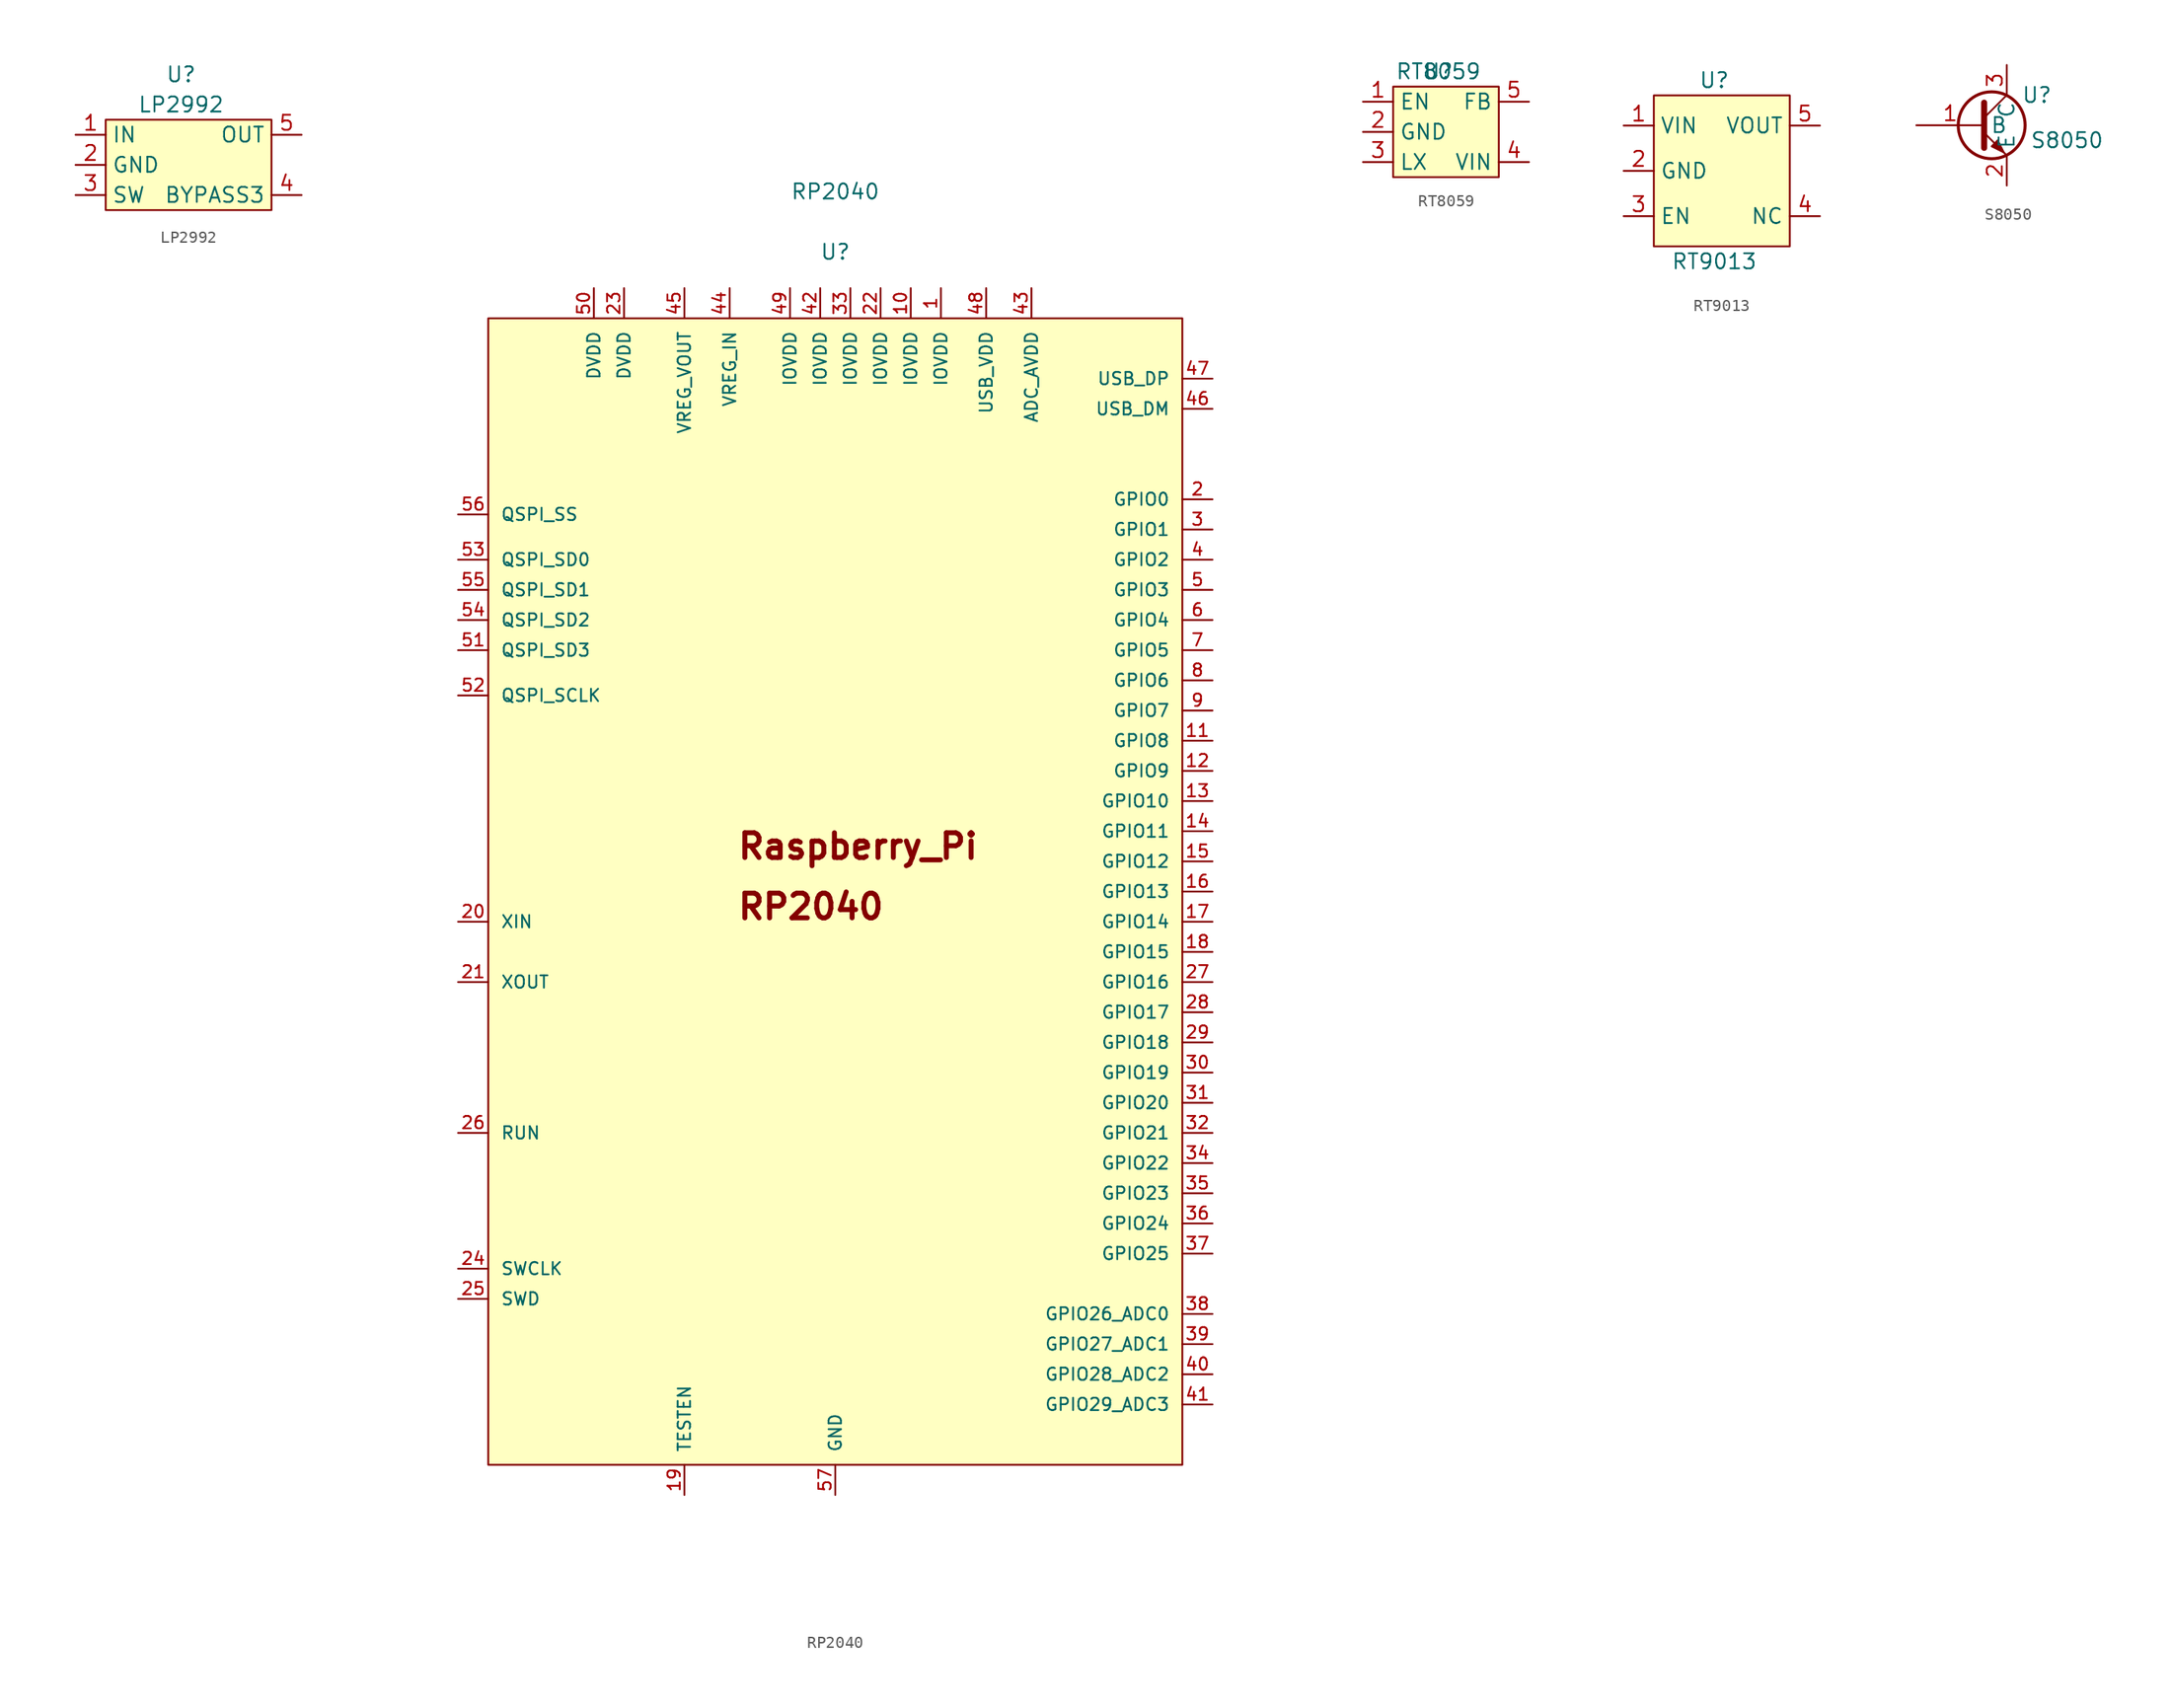
<source format=kicad_sym>
(kicad_symbol_lib
  (version 20211014)
  (generator kicad_symbol_editor)
  (symbol "LP2992"
    (property "Reference" "U"
      (at 0 3.81 0)
      (effects (font (size 1.27 1.27))))
    (property "Value" "LP2992"
      (at 0 1.27 0)
      (effects (font (size 1.27 1.27))))
    (symbol "LP2992_0_1"
      (rectangle (start -6.35 0) (end 7.62 -7.62) (stroke (width 0.152) (type default) (color 0 0 0 0)) (fill (type background))))
    (symbol "LP2992_1_1"
      (pin input line (at -8.89 -1.27 0) (length 2.54) (name "IN" (effects (font (size 1.27 1.27)))) (number "1" (effects (font (size 1.27 1.27)))))
      (pin input line (at -8.89 -3.81 0) (length 2.54) (name "GND" (effects (font (size 1.27 1.27)))) (number "2" (effects (font (size 1.27 1.27)))))
      (pin input line (at -8.89 -6.35 0) (length 2.54) (name "SW" (effects (font (size 1.27 1.27)))) (number "3" (effects (font (size 1.27 1.27)))))
      (pin input line (at 10.16 -6.35 180) (length 2.54) (name "BYPASS3" (effects (font (size 1.27 1.27)))) (number "4" (effects (font (size 1.27 1.27)))))
      (pin input line (at 10.16 -1.27 180) (length 2.54) (name "OUT" (effects (font (size 1.27 1.27)))) (number "5" (effects (font (size 1.27 1.27)))))))
  (symbol "RP2040"
    (pin_names
      (offset 1.016))
    (property "Reference" "U"
      (at 0 56.388 0)
      (effects (font (size 1.27 1.27))))
    (property "Value" "RP2040"
      (at 0 61.468 0)
      (effects (font (size 1.27 1.27))))
    (symbol "RP2040_1_1"
      (rectangle (start -29.21 50.8) (end 29.21 -45.72) (stroke (width 0.152) (type default) (color 0 0 0 0)) (fill (type background)))
      (text "Raspberry_Pi" (at -8.382 6.35 0) (effects (font (size 2.083 2.083) bold) (justify left)))
      (text "RP2040" (at -8.382 1.27 0) (effects (font (size 2.083 2.083) bold) (justify left)))
      (pin bidirectional line (at 8.89 53.34 270) (length 2.54) (name "IOVDD" (effects (font (size 1.041 1.041)))) (number "1" (effects (font (size 1.041 1.041)))))
      (pin bidirectional line (at 6.35 53.34 270) (length 2.54) (name "IOVDD" (effects (font (size 1.041 1.041)))) (number "10" (effects (font (size 1.041 1.041)))))
      (pin bidirectional line (at 31.75 15.24 180) (length 2.54) (name "GPIO8" (effects (font (size 1.041 1.041)))) (number "11" (effects (font (size 1.041 1.041)))))
      (pin bidirectional line (at 31.75 12.7 180) (length 2.54) (name "GPIO9" (effects (font (size 1.041 1.041)))) (number "12" (effects (font (size 1.041 1.041)))))
      (pin bidirectional line (at 31.75 10.16 180) (length 2.54) (name "GPIO10" (effects (font (size 1.041 1.041)))) (number "13" (effects (font (size 1.041 1.041)))))
      (pin bidirectional line (at 31.75 7.62 180) (length 2.54) (name "GPIO11" (effects (font (size 1.041 1.041)))) (number "14" (effects (font (size 1.041 1.041)))))
      (pin bidirectional line (at 31.75 5.08 180) (length 2.54) (name "GPIO12" (effects (font (size 1.041 1.041)))) (number "15" (effects (font (size 1.041 1.041)))))
      (pin bidirectional line (at 31.75 2.54 180) (length 2.54) (name "GPIO13" (effects (font (size 1.041 1.041)))) (number "16" (effects (font (size 1.041 1.041)))))
      (pin bidirectional line (at 31.75 0 180) (length 2.54) (name "GPIO14" (effects (font (size 1.041 1.041)))) (number "17" (effects (font (size 1.041 1.041)))))
      (pin bidirectional line (at 31.75 -2.54 180) (length 2.54) (name "GPIO15" (effects (font (size 1.041 1.041)))) (number "18" (effects (font (size 1.041 1.041)))))
      (pin input line (at -12.7 -48.26 90) (length 2.54) (name "TESTEN" (effects (font (size 1.041 1.041)))) (number "19" (effects (font (size 1.041 1.041)))))
      (pin bidirectional line (at 31.75 35.56 180) (length 2.54) (name "GPIO0" (effects (font (size 1.041 1.041)))) (number "2" (effects (font (size 1.041 1.041)))))
      (pin input line (at -31.75 0 0) (length 2.54) (name "XIN" (effects (font (size 1.041 1.041)))) (number "20" (effects (font (size 1.041 1.041)))))
      (pin input line (at -31.75 -5.08 0) (length 2.54) (name "XOUT" (effects (font (size 1.041 1.041)))) (number "21" (effects (font (size 1.041 1.041)))))
      (pin bidirectional line (at 3.81 53.34 270) (length 2.54) (name "IOVDD" (effects (font (size 1.041 1.041)))) (number "22" (effects (font (size 1.041 1.041)))))
      (pin bidirectional line (at -17.78 53.34 270) (length 2.54) (name "DVDD" (effects (font (size 1.041 1.041)))) (number "23" (effects (font (size 1.041 1.041)))))
      (pin output line (at -31.75 -29.21 0) (length 2.54) (name "SWCLK" (effects (font (size 1.041 1.041)))) (number "24" (effects (font (size 1.041 1.041)))))
      (pin bidirectional line (at -31.75 -31.75 0) (length 2.54) (name "SWD" (effects (font (size 1.041 1.041)))) (number "25" (effects (font (size 1.041 1.041)))))
      (pin input line (at -31.75 -17.78 0) (length 2.54) (name "RUN" (effects (font (size 1.041 1.041)))) (number "26" (effects (font (size 1.041 1.041)))))
      (pin bidirectional line (at 31.75 -5.08 180) (length 2.54) (name "GPIO16" (effects (font (size 1.041 1.041)))) (number "27" (effects (font (size 1.041 1.041)))))
      (pin bidirectional line (at 31.75 -7.62 180) (length 2.54) (name "GPIO17" (effects (font (size 1.041 1.041)))) (number "28" (effects (font (size 1.041 1.041)))))
      (pin bidirectional line (at 31.75 -10.16 180) (length 2.54) (name "GPIO18" (effects (font (size 1.041 1.041)))) (number "29" (effects (font (size 1.041 1.041)))))
      (pin bidirectional line (at 31.75 33.02 180) (length 2.54) (name "GPIO1" (effects (font (size 1.041 1.041)))) (number "3" (effects (font (size 1.041 1.041)))))
      (pin bidirectional line (at 31.75 -12.7 180) (length 2.54) (name "GPIO19" (effects (font (size 1.041 1.041)))) (number "30" (effects (font (size 1.041 1.041)))))
      (pin bidirectional line (at 31.75 -15.24 180) (length 2.54) (name "GPIO20" (effects (font (size 1.041 1.041)))) (number "31" (effects (font (size 1.041 1.041)))))
      (pin bidirectional line (at 31.75 -17.78 180) (length 2.54) (name "GPIO21" (effects (font (size 1.041 1.041)))) (number "32" (effects (font (size 1.041 1.041)))))
      (pin bidirectional line (at 1.27 53.34 270) (length 2.54) (name "IOVDD" (effects (font (size 1.041 1.041)))) (number "33" (effects (font (size 1.041 1.041)))))
      (pin bidirectional line (at 31.75 -20.32 180) (length 2.54) (name "GPIO22" (effects (font (size 1.041 1.041)))) (number "34" (effects (font (size 1.041 1.041)))))
      (pin bidirectional line (at 31.75 -22.86 180) (length 2.54) (name "GPIO23" (effects (font (size 1.041 1.041)))) (number "35" (effects (font (size 1.041 1.041)))))
      (pin bidirectional line (at 31.75 -25.4 180) (length 2.54) (name "GPIO24" (effects (font (size 1.041 1.041)))) (number "36" (effects (font (size 1.041 1.041)))))
      (pin bidirectional line (at 31.75 -27.94 180) (length 2.54) (name "GPIO25" (effects (font (size 1.041 1.041)))) (number "37" (effects (font (size 1.041 1.041)))))
      (pin bidirectional line (at 31.75 -33.02 180) (length 2.54) (name "GPIO26_ADC0" (effects (font (size 1.041 1.041)))) (number "38" (effects (font (size 1.041 1.041)))))
      (pin bidirectional line (at 31.75 -35.56 180) (length 2.54) (name "GPIO27_ADC1" (effects (font (size 1.041 1.041)))) (number "39" (effects (font (size 1.041 1.041)))))
      (pin bidirectional line (at 31.75 30.48 180) (length 2.54) (name "GPIO2" (effects (font (size 1.041 1.041)))) (number "4" (effects (font (size 1.041 1.041)))))
      (pin bidirectional line (at 31.75 -38.1 180) (length 2.54) (name "GPIO28_ADC2" (effects (font (size 1.041 1.041)))) (number "40" (effects (font (size 1.041 1.041)))))
      (pin bidirectional line (at 31.75 -40.64 180) (length 2.54) (name "GPIO29_ADC3" (effects (font (size 1.041 1.041)))) (number "41" (effects (font (size 1.041 1.041)))))
      (pin bidirectional line (at -1.27 53.34 270) (length 2.54) (name "IOVDD" (effects (font (size 1.041 1.041)))) (number "42" (effects (font (size 1.041 1.041)))))
      (pin bidirectional line (at 16.51 53.34 270) (length 2.54) (name "ADC_AVDD" (effects (font (size 1.041 1.041)))) (number "43" (effects (font (size 1.041 1.041)))))
      (pin bidirectional line (at -8.89 53.34 270) (length 2.54) (name "VREG_IN" (effects (font (size 1.041 1.041)))) (number "44" (effects (font (size 1.041 1.041)))))
      (pin bidirectional line (at -12.7 53.34 270) (length 2.54) (name "VREG_VOUT" (effects (font (size 1.041 1.041)))) (number "45" (effects (font (size 1.041 1.041)))))
      (pin bidirectional line (at 31.75 43.18 180) (length 2.54) (name "USB_DM" (effects (font (size 1.041 1.041)))) (number "46" (effects (font (size 1.041 1.041)))))
      (pin bidirectional line (at 31.75 45.72 180) (length 2.54) (name "USB_DP" (effects (font (size 1.041 1.041)))) (number "47" (effects (font (size 1.041 1.041)))))
      (pin bidirectional line (at 12.7 53.34 270) (length 2.54) (name "USB_VDD" (effects (font (size 1.041 1.041)))) (number "48" (effects (font (size 1.041 1.041)))))
      (pin bidirectional line (at -3.81 53.34 270) (length 2.54) (name "IOVDD" (effects (font (size 1.041 1.041)))) (number "49" (effects (font (size 1.041 1.041)))))
      (pin bidirectional line (at 31.75 27.94 180) (length 2.54) (name "GPIO3" (effects (font (size 1.041 1.041)))) (number "5" (effects (font (size 1.041 1.041)))))
      (pin bidirectional line (at -20.32 53.34 270) (length 2.54) (name "DVDD" (effects (font (size 1.041 1.041)))) (number "50" (effects (font (size 1.041 1.041)))))
      (pin bidirectional line (at -31.75 22.86 0) (length 2.54) (name "QSPI_SD3" (effects (font (size 1.041 1.041)))) (number "51" (effects (font (size 1.041 1.041)))))
      (pin output line (at -31.75 19.05 0) (length 2.54) (name "QSPI_SCLK" (effects (font (size 1.041 1.041)))) (number "52" (effects (font (size 1.041 1.041)))))
      (pin bidirectional line (at -31.75 30.48 0) (length 2.54) (name "QSPI_SD0" (effects (font (size 1.041 1.041)))) (number "53" (effects (font (size 1.041 1.041)))))
      (pin bidirectional line (at -31.75 25.4 0) (length 2.54) (name "QSPI_SD2" (effects (font (size 1.041 1.041)))) (number "54" (effects (font (size 1.041 1.041)))))
      (pin bidirectional line (at -31.75 27.94 0) (length 2.54) (name "QSPI_SD1" (effects (font (size 1.041 1.041)))) (number "55" (effects (font (size 1.041 1.041)))))
      (pin bidirectional line (at -31.75 34.29 0) (length 2.54) (name "QSPI_SS" (effects (font (size 1.041 1.041)))) (number "56" (effects (font (size 1.041 1.041)))))
      (pin bidirectional line (at 0 -48.26 90) (length 2.54) (name "GND" (effects (font (size 1.041 1.041)))) (number "57" (effects (font (size 1.041 1.041)))))
      (pin bidirectional line (at 31.75 25.4 180) (length 2.54) (name "GPIO4" (effects (font (size 1.041 1.041)))) (number "6" (effects (font (size 1.041 1.041)))))
      (pin bidirectional line (at 31.75 22.86 180) (length 2.54) (name "GPIO5" (effects (font (size 1.041 1.041)))) (number "7" (effects (font (size 1.041 1.041)))))
      (pin bidirectional line (at 31.75 20.32 180) (length 2.54) (name "GPIO6" (effects (font (size 1.041 1.041)))) (number "8" (effects (font (size 1.041 1.041)))))
      (pin bidirectional line (at 31.75 17.78 180) (length 2.54) (name "GPIO7" (effects (font (size 1.041 1.041)))) (number "9" (effects (font (size 1.041 1.041)))))))
  (symbol "RT8059"
    (property "Reference" "U"
      (at 0 0 0)
      (effects (font (size 1.27 1.27))))
    (property "Value" "RT8059"
      (at 0 0 0)
      (effects (font (size 1.27 1.27))))
    (symbol "RT8059_0_1"
      (rectangle (start -3.81 -1.27) (end 5.08 -8.89) (stroke (width 0.152) (type default) (color 0 0 0 0)) (fill (type background))))
    (symbol "RT8059_1_1"
      (pin input line (at -6.35 -2.54 0) (length 2.54) (name "EN" (effects (font (size 1.27 1.27)))) (number "1" (effects (font (size 1.27 1.27)))))
      (pin input line (at -6.35 -5.08 0) (length 2.54) (name "GND" (effects (font (size 1.27 1.27)))) (number "2" (effects (font (size 1.27 1.27)))))
      (pin input line (at -6.35 -7.62 0) (length 2.54) (name "LX" (effects (font (size 1.27 1.27)))) (number "3" (effects (font (size 1.27 1.27)))))
      (pin input line (at 7.62 -7.62 180) (length 2.54) (name "VIN" (effects (font (size 1.27 1.27)))) (number "4" (effects (font (size 1.27 1.27)))))
      (pin input line (at 7.62 -2.54 180) (length 2.54) (name "FB" (effects (font (size 1.27 1.27)))) (number "5" (effects (font (size 1.27 1.27)))))))
  (symbol "RT9013"
    (property "Reference" "U"
      (at 5.08 1.27 0)
      (effects (font (size 1.27 1.27))))
    (property "Value" "RT9013"
      (at 5.08 -13.97 0)
      (effects (font (size 1.27 1.27))))
    (symbol "RT9013_0_1"
      (rectangle (start 0 0) (end 11.43 -12.7) (stroke (width 0.152) (type default) (color 0 0 0 0)) (fill (type background))))
    (symbol "RT9013_1_1"
      (pin input line (at -2.54 -2.54 0) (length 2.54) (name "VIN" (effects (font (size 1.27 1.27)))) (number "1" (effects (font (size 1.27 1.27)))))
      (pin input line (at -2.54 -6.35 0) (length 2.54) (name "GND" (effects (font (size 1.27 1.27)))) (number "2" (effects (font (size 1.27 1.27)))))
      (pin input line (at -2.54 -10.16 0) (length 2.54) (name "EN" (effects (font (size 1.27 1.27)))) (number "3" (effects (font (size 1.27 1.27)))))
      (pin input line (at 13.97 -10.16 180) (length 2.54) (name "NC" (effects (font (size 1.27 1.27)))) (number "4" (effects (font (size 1.27 1.27)))))
      (pin input line (at 13.97 -2.54 180) (length 2.54) (name "VOUT" (effects (font (size 1.27 1.27)))) (number "5" (effects (font (size 1.27 1.27)))))))
  (symbol "S8050"
    (property "Reference" "U"
      (at 3.81 2.54 0)
      (effects (font (size 1.27 1.27))))
    (property "Value" "S8050"
      (at 6.35 -1.27 0)
      (effects (font (size 1.27 1.27))))
    (symbol "S8050_0_1"
      (polyline (pts (xy -0.635 0.635) (xy 1.27 2.54)) (stroke (width 0) (type default) (color 0 0 0 0)) (fill (type none)))
      (polyline (pts (xy -0.635 -0.635) (xy 1.27 -2.54) (xy 1.27 -2.54)) (stroke (width 0) (type default) (color 0 0 0 0)) (fill (type none)))
      (polyline (pts (xy -0.635 1.905) (xy -0.635 -1.905) (xy -0.635 -1.905)) (stroke (width 0.508) (type default) (color 0 0 0 0)) (fill (type none)))
      (polyline (pts (xy 0 -1.778) (xy 0.508 -1.27) (xy 1.016 -2.286) (xy 0 -1.778) (xy 0 -1.778)) (stroke (width 0) (type default) (color 0 0 0 0)) (fill (type outline)))
      (circle (center 0 0) (radius 2.819) (stroke (width 0.254) (type default) (color 0 0 0 0)) (fill (type none))))
    (symbol "S8050_1_1"
      (pin input line (at -6.35 0 0) (length 5.715) (name "B" (effects (font (size 1.27 1.27)))) (number "1" (effects (font (size 1.27 1.27)))))
      (pin passive line (at 1.27 -5.08 90) (length 2.54) (name "E" (effects (font (size 1.27 1.27)))) (number "2" (effects (font (size 1.27 1.27)))))
      (pin passive line (at 1.27 5.08 270) (length 2.54) (name "C" (effects (font (size 1.27 1.27)))) (number "3" (effects (font (size 1.27 1.27))))))))
</source>
